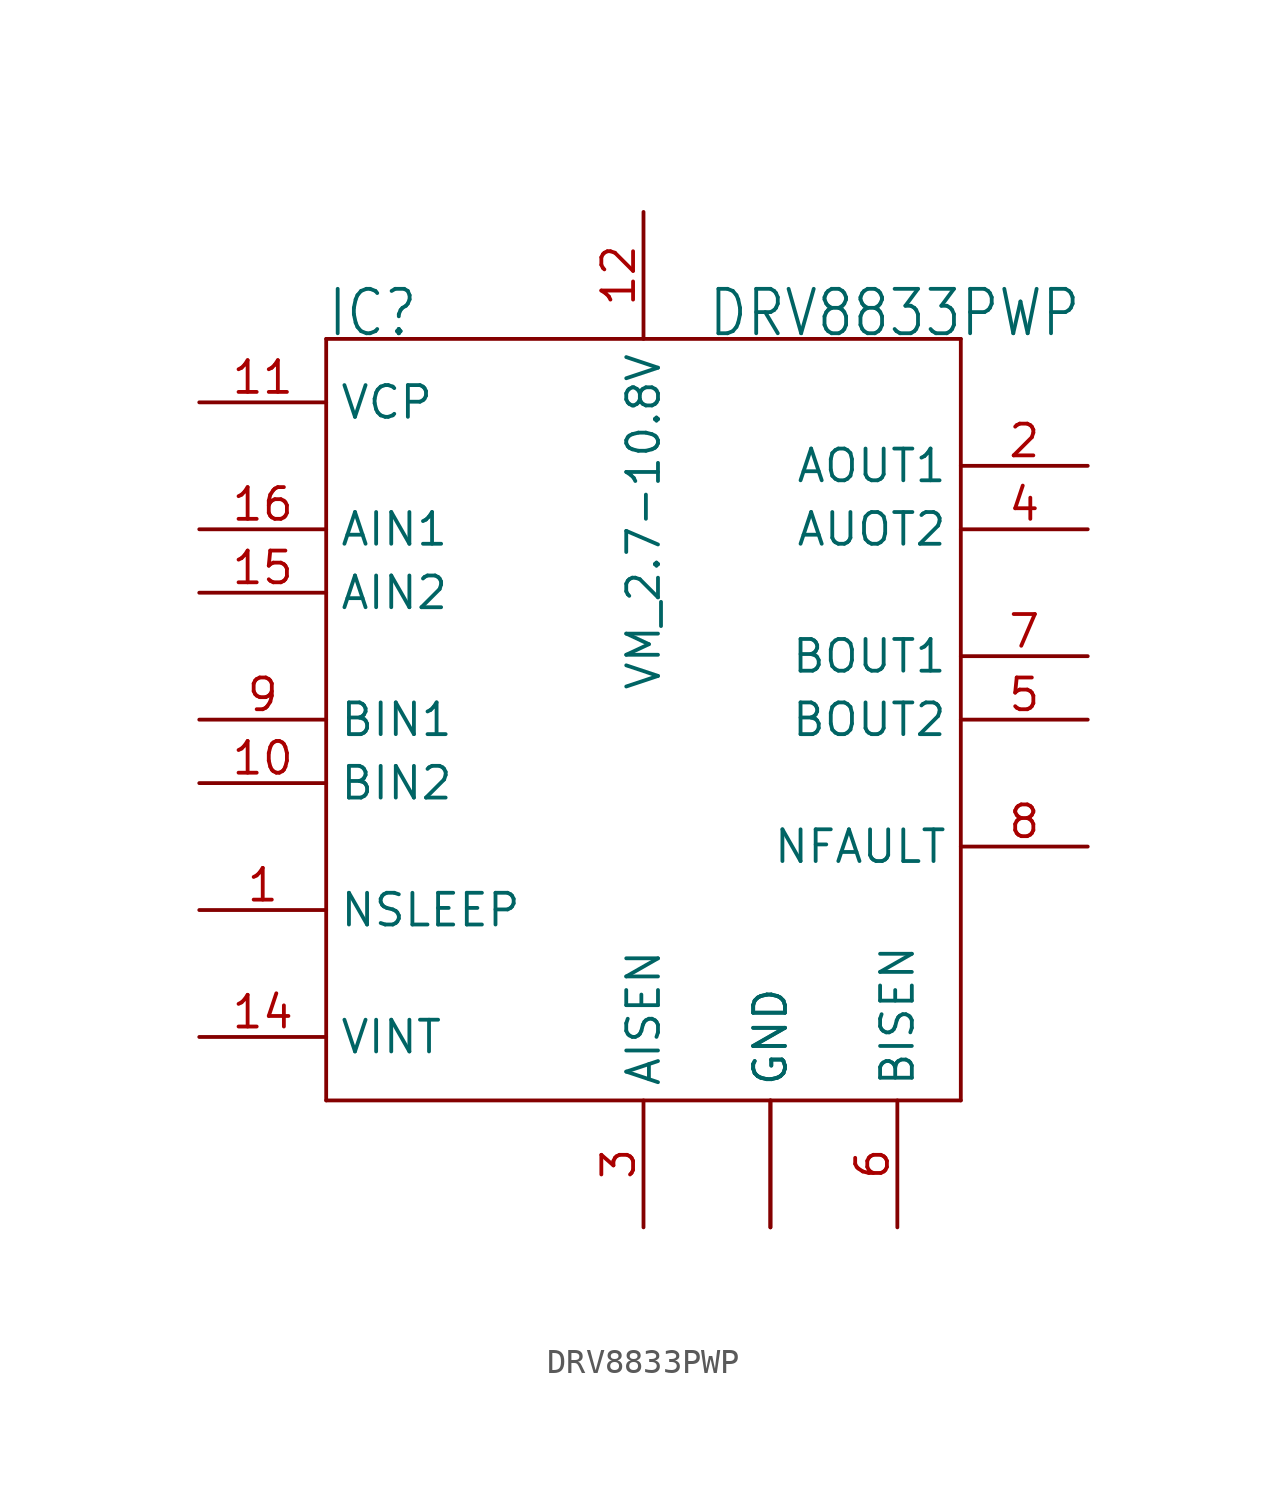
<source format=kicad_sym>
(kicad_symbol_lib
  (version 20211014)
  (generator kicad_symbol_editor)
  (symbol "DRV8833PWP"
    (property "Reference" "IC"
      (at -12.7 15.24 0)
      (effects (font (size 1.778 1.511)) (justify left bottom)))
    (property "Value" "DRV8833PWP"
      (at 2.54 15.24 0)
      (effects (font (size 1.778 1.511)) (justify left bottom)))
    (property "ki_locked" ""
      (at 0 0 0)
      (effects (font (size 1.27 1.27))))
    (symbol "DRV8833PWP_1_0"
      (polyline (pts (xy -12.7 -15.24) (xy 12.7 -15.24)) (stroke (width 0.152) (type default) (color 0 0 0 0)) (fill (type none)))
      (polyline (pts (xy -12.7 15.24) (xy -12.7 -15.24)) (stroke (width 0.152) (type default) (color 0 0 0 0)) (fill (type none)))
      (polyline (pts (xy 12.7 -15.24) (xy 12.7 15.24)) (stroke (width 0.152) (type default) (color 0 0 0 0)) (fill (type none)))
      (polyline (pts (xy 12.7 15.24) (xy -12.7 15.24)) (stroke (width 0.152) (type default) (color 0 0 0 0)) (fill (type none)))
      (pin input line (at -17.78 -7.62 0) (length 5.08) (name "NSLEEP" (effects (font (size 1.27 1.27)))) (number "1" (effects (font (size 1.27 1.27)))))
      (pin input line (at -17.78 -2.54 0) (length 5.08) (name "BIN2" (effects (font (size 1.27 1.27)))) (number "10" (effects (font (size 1.27 1.27)))))
      (pin passive line (at -17.78 12.7 0) (length 5.08) (name "VCP" (effects (font (size 1.27 1.27)))) (number "11" (effects (font (size 1.27 1.27)))))
      (pin power_in line (at 0 20.32 270) (length 5.08) (name "VM_2.7-10.8V" (effects (font (size 1.27 1.27)))) (number "12" (effects (font (size 1.27 1.27)))))
      (pin power_in line (at 5.08 -20.32 90) (length 5.08) (name "GND" (effects (font (size 1.27 1.27)))) (number "13" (effects (font (size 0 0)))))
      (pin passive line (at -17.78 -12.7 0) (length 5.08) (name "VINT" (effects (font (size 1.27 1.27)))) (number "14" (effects (font (size 1.27 1.27)))))
      (pin input line (at -17.78 5.08 0) (length 5.08) (name "AIN2" (effects (font (size 1.27 1.27)))) (number "15" (effects (font (size 1.27 1.27)))))
      (pin input line (at -17.78 7.62 0) (length 5.08) (name "AIN1" (effects (font (size 1.27 1.27)))) (number "16" (effects (font (size 1.27 1.27)))))
      (pin output line (at 17.78 10.16 180) (length 5.08) (name "AOUT1" (effects (font (size 1.27 1.27)))) (number "2" (effects (font (size 1.27 1.27)))))
      (pin passive line (at 0 -20.32 90) (length 5.08) (name "AISEN" (effects (font (size 1.27 1.27)))) (number "3" (effects (font (size 1.27 1.27)))))
      (pin output line (at 17.78 7.62 180) (length 5.08) (name "AUOT2" (effects (font (size 1.27 1.27)))) (number "4" (effects (font (size 1.27 1.27)))))
      (pin output line (at 17.78 0 180) (length 5.08) (name "BOUT2" (effects (font (size 1.27 1.27)))) (number "5" (effects (font (size 1.27 1.27)))))
      (pin passive line (at 10.16 -20.32 90) (length 5.08) (name "BISEN" (effects (font (size 1.27 1.27)))) (number "6" (effects (font (size 1.27 1.27)))))
      (pin output line (at 17.78 2.54 180) (length 5.08) (name "BOUT1" (effects (font (size 1.27 1.27)))) (number "7" (effects (font (size 1.27 1.27)))))
      (pin open_collector line (at 17.78 -5.08 180) (length 5.08) (name "NFAULT" (effects (font (size 1.27 1.27)))) (number "8" (effects (font (size 1.27 1.27)))))
      (pin input line (at -17.78 0 0) (length 5.08) (name "BIN1" (effects (font (size 1.27 1.27)))) (number "9" (effects (font (size 1.27 1.27)))))
      (pin power_in line (at 5.08 -20.32 90) (length 5.08) (name "GND" (effects (font (size 1.27 1.27)))) (number "GND" (effects (font (size 0 0))))))))
</source>
